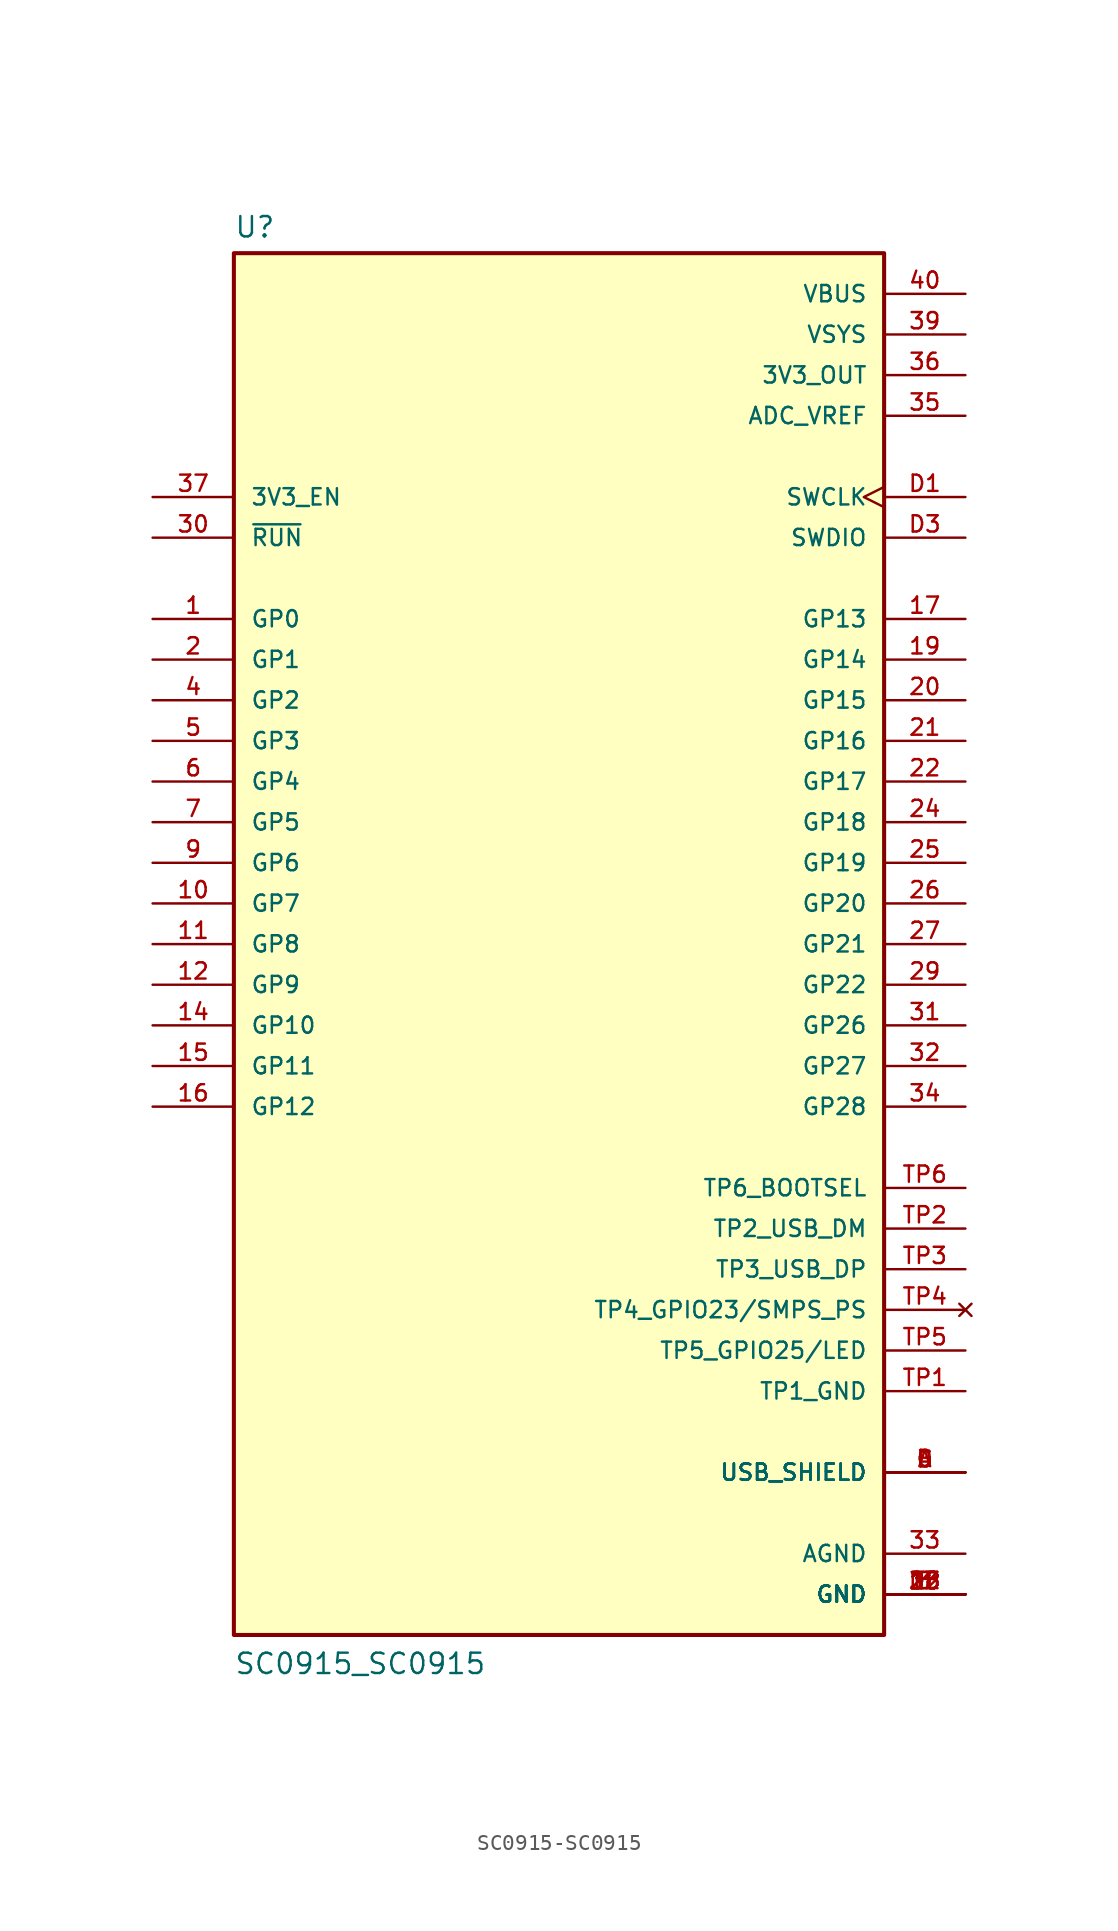
<source format=kicad_sym>
(kicad_symbol_lib
  (version 20220914)
  (generator kicad_symbol_editor)
  (symbol "SC0915-SC0915"
    (pin_names
      (offset 1.016))
    (property "Reference" "U"
      (at -20.32 44.069 0)
      (effects (font (size 1.27 1.27)) (justify left bottom)))
    (property "Value" "SC0915_SC0915"
      (at -20.32 -45.72 0)
      (effects (font (size 1.27 1.27)) (justify left bottom)))
    (property "ki_locked" ""
      (at 0 0 0)
      (effects (font (size 1.27 1.27))))
    (symbol "SC0915-SC0915_0_0"
      (rectangle (start -20.32 -43.18) (end 20.32 43.18) (stroke (width 0.254) (type solid)) (fill (type background)))
      (pin bidirectional line (at -25.4 20.32 0) (length 5.08) (name "GP0" (effects (font (size 1.016 1.016)))) (number "1" (effects (font (size 1.016 1.016)))))
      (pin bidirectional line (at -25.4 2.54 0) (length 5.08) (name "GP7" (effects (font (size 1.016 1.016)))) (number "10" (effects (font (size 1.016 1.016)))))
      (pin bidirectional line (at -25.4 0 0) (length 5.08) (name "GP8" (effects (font (size 1.016 1.016)))) (number "11" (effects (font (size 1.016 1.016)))))
      (pin bidirectional line (at -25.4 -2.54 0) (length 5.08) (name "GP9" (effects (font (size 1.016 1.016)))) (number "12" (effects (font (size 1.016 1.016)))))
      (pin power_in line (at 25.4 -40.64 180) (length 5.08) (name "GND" (effects (font (size 1.016 1.016)))) (number "13" (effects (font (size 1.016 1.016)))))
      (pin bidirectional line (at -25.4 -5.08 0) (length 5.08) (name "GP10" (effects (font (size 1.016 1.016)))) (number "14" (effects (font (size 1.016 1.016)))))
      (pin bidirectional line (at -25.4 -7.62 0) (length 5.08) (name "GP11" (effects (font (size 1.016 1.016)))) (number "15" (effects (font (size 1.016 1.016)))))
      (pin bidirectional line (at -25.4 -10.16 0) (length 5.08) (name "GP12" (effects (font (size 1.016 1.016)))) (number "16" (effects (font (size 1.016 1.016)))))
      (pin bidirectional line (at 25.4 20.32 180) (length 5.08) (name "GP13" (effects (font (size 1.016 1.016)))) (number "17" (effects (font (size 1.016 1.016)))))
      (pin power_in line (at 25.4 -40.64 180) (length 5.08) (name "GND" (effects (font (size 1.016 1.016)))) (number "18" (effects (font (size 1.016 1.016)))))
      (pin bidirectional line (at 25.4 17.78 180) (length 5.08) (name "GP14" (effects (font (size 1.016 1.016)))) (number "19" (effects (font (size 1.016 1.016)))))
      (pin bidirectional line (at -25.4 17.78 0) (length 5.08) (name "GP1" (effects (font (size 1.016 1.016)))) (number "2" (effects (font (size 1.016 1.016)))))
      (pin bidirectional line (at 25.4 15.24 180) (length 5.08) (name "GP15" (effects (font (size 1.016 1.016)))) (number "20" (effects (font (size 1.016 1.016)))))
      (pin bidirectional line (at 25.4 12.7 180) (length 5.08) (name "GP16" (effects (font (size 1.016 1.016)))) (number "21" (effects (font (size 1.016 1.016)))))
      (pin bidirectional line (at 25.4 10.16 180) (length 5.08) (name "GP17" (effects (font (size 1.016 1.016)))) (number "22" (effects (font (size 1.016 1.016)))))
      (pin power_in line (at 25.4 -40.64 180) (length 5.08) (name "GND" (effects (font (size 1.016 1.016)))) (number "23" (effects (font (size 1.016 1.016)))))
      (pin bidirectional line (at 25.4 7.62 180) (length 5.08) (name "GP18" (effects (font (size 1.016 1.016)))) (number "24" (effects (font (size 1.016 1.016)))))
      (pin bidirectional line (at 25.4 5.08 180) (length 5.08) (name "GP19" (effects (font (size 1.016 1.016)))) (number "25" (effects (font (size 1.016 1.016)))))
      (pin bidirectional line (at 25.4 2.54 180) (length 5.08) (name "GP20" (effects (font (size 1.016 1.016)))) (number "26" (effects (font (size 1.016 1.016)))))
      (pin bidirectional line (at 25.4 0 180) (length 5.08) (name "GP21" (effects (font (size 1.016 1.016)))) (number "27" (effects (font (size 1.016 1.016)))))
      (pin power_in line (at 25.4 -40.64 180) (length 5.08) (name "GND" (effects (font (size 1.016 1.016)))) (number "28" (effects (font (size 1.016 1.016)))))
      (pin bidirectional line (at 25.4 -2.54 180) (length 5.08) (name "GP22" (effects (font (size 1.016 1.016)))) (number "29" (effects (font (size 1.016 1.016)))))
      (pin power_in line (at 25.4 -40.64 180) (length 5.08) (name "GND" (effects (font (size 1.016 1.016)))) (number "3" (effects (font (size 1.016 1.016)))))
      (pin input line (at -25.4 25.4 0) (length 5.08) (name "~{RUN}" (effects (font (size 1.016 1.016)))) (number "30" (effects (font (size 1.016 1.016)))))
      (pin bidirectional line (at 25.4 -5.08 180) (length 5.08) (name "GP26" (effects (font (size 1.016 1.016)))) (number "31" (effects (font (size 1.016 1.016)))))
      (pin bidirectional line (at 25.4 -7.62 180) (length 5.08) (name "GP27" (effects (font (size 1.016 1.016)))) (number "32" (effects (font (size 1.016 1.016)))))
      (pin power_in line (at 25.4 -38.1 180) (length 5.08) (name "AGND" (effects (font (size 1.016 1.016)))) (number "33" (effects (font (size 1.016 1.016)))))
      (pin bidirectional line (at 25.4 -10.16 180) (length 5.08) (name "GP28" (effects (font (size 1.016 1.016)))) (number "34" (effects (font (size 1.016 1.016)))))
      (pin power_in line (at 25.4 33.02 180) (length 5.08) (name "ADC_VREF" (effects (font (size 1.016 1.016)))) (number "35" (effects (font (size 1.016 1.016)))))
      (pin power_in line (at 25.4 35.56 180) (length 5.08) (name "3V3_OUT" (effects (font (size 1.016 1.016)))) (number "36" (effects (font (size 1.016 1.016)))))
      (pin input line (at -25.4 27.94 0) (length 5.08) (name "3V3_EN" (effects (font (size 1.016 1.016)))) (number "37" (effects (font (size 1.016 1.016)))))
      (pin power_in line (at 25.4 -40.64 180) (length 5.08) (name "GND" (effects (font (size 1.016 1.016)))) (number "38" (effects (font (size 1.016 1.016)))))
      (pin power_in line (at 25.4 38.1 180) (length 5.08) (name "VSYS" (effects (font (size 1.016 1.016)))) (number "39" (effects (font (size 1.016 1.016)))))
      (pin bidirectional line (at -25.4 15.24 0) (length 5.08) (name "GP2" (effects (font (size 1.016 1.016)))) (number "4" (effects (font (size 1.016 1.016)))))
      (pin power_in line (at 25.4 40.64 180) (length 5.08) (name "VBUS" (effects (font (size 1.016 1.016)))) (number "40" (effects (font (size 1.016 1.016)))))
      (pin bidirectional line (at -25.4 12.7 0) (length 5.08) (name "GP3" (effects (font (size 1.016 1.016)))) (number "5" (effects (font (size 1.016 1.016)))))
      (pin bidirectional line (at -25.4 10.16 0) (length 5.08) (name "GP4" (effects (font (size 1.016 1.016)))) (number "6" (effects (font (size 1.016 1.016)))))
      (pin bidirectional line (at -25.4 7.62 0) (length 5.08) (name "GP5" (effects (font (size 1.016 1.016)))) (number "7" (effects (font (size 1.016 1.016)))))
      (pin power_in line (at 25.4 -40.64 180) (length 5.08) (name "GND" (effects (font (size 1.016 1.016)))) (number "8" (effects (font (size 1.016 1.016)))))
      (pin bidirectional line (at -25.4 5.08 0) (length 5.08) (name "GP6" (effects (font (size 1.016 1.016)))) (number "9" (effects (font (size 1.016 1.016)))))
      (pin power_in line (at 25.4 -33.02 180) (length 5.08) (name "USB_SHIELD" (effects (font (size 1.016 1.016)))) (number "A" (effects (font (size 1.016 1.016)))))
      (pin power_in line (at 25.4 -33.02 180) (length 5.08) (name "USB_SHIELD" (effects (font (size 1.016 1.016)))) (number "B" (effects (font (size 1.016 1.016)))))
      (pin power_in line (at 25.4 -33.02 180) (length 5.08) (name "USB_SHIELD" (effects (font (size 1.016 1.016)))) (number "C" (effects (font (size 1.016 1.016)))))
      (pin power_in line (at 25.4 -33.02 180) (length 5.08) (name "USB_SHIELD" (effects (font (size 1.016 1.016)))) (number "D" (effects (font (size 1.016 1.016)))))
      (pin input clock (at 25.4 27.94 180) (length 5.08) (name "SWCLK" (effects (font (size 1.016 1.016)))) (number "D1" (effects (font (size 1.016 1.016)))))
      (pin power_in line (at 25.4 -40.64 180) (length 5.08) (name "GND" (effects (font (size 1.016 1.016)))) (number "D2" (effects (font (size 1.016 1.016)))))
      (pin bidirectional line (at 25.4 25.4 180) (length 5.08) (name "SWDIO" (effects (font (size 1.016 1.016)))) (number "D3" (effects (font (size 1.016 1.016)))))
      (pin power_in line (at 25.4 -27.94 180) (length 5.08) (name "TP1_GND" (effects (font (size 1.016 1.016)))) (number "TP1" (effects (font (size 1.016 1.016)))))
      (pin bidirectional line (at 25.4 -17.78 180) (length 5.08) (name "TP2_USB_DM" (effects (font (size 1.016 1.016)))) (number "TP2" (effects (font (size 1.016 1.016)))))
      (pin bidirectional line (at 25.4 -20.32 180) (length 5.08) (name "TP3_USB_DP" (effects (font (size 1.016 1.016)))) (number "TP3" (effects (font (size 1.016 1.016)))))
      (pin no_connect line (at 25.4 -22.86 180) (length 5.08) (name "TP4_GPIO23/SMPS_PS" (effects (font (size 1.016 1.016)))) (number "TP4" (effects (font (size 1.016 1.016)))))
      (pin output line (at 25.4 -25.4 180) (length 5.08) (name "TP5_GPIO25/LED" (effects (font (size 1.016 1.016)))) (number "TP5" (effects (font (size 1.016 1.016)))))
      (pin input line (at 25.4 -15.24 180) (length 5.08) (name "TP6_BOOTSEL" (effects (font (size 1.016 1.016)))) (number "TP6" (effects (font (size 1.016 1.016))))))))
</source>
